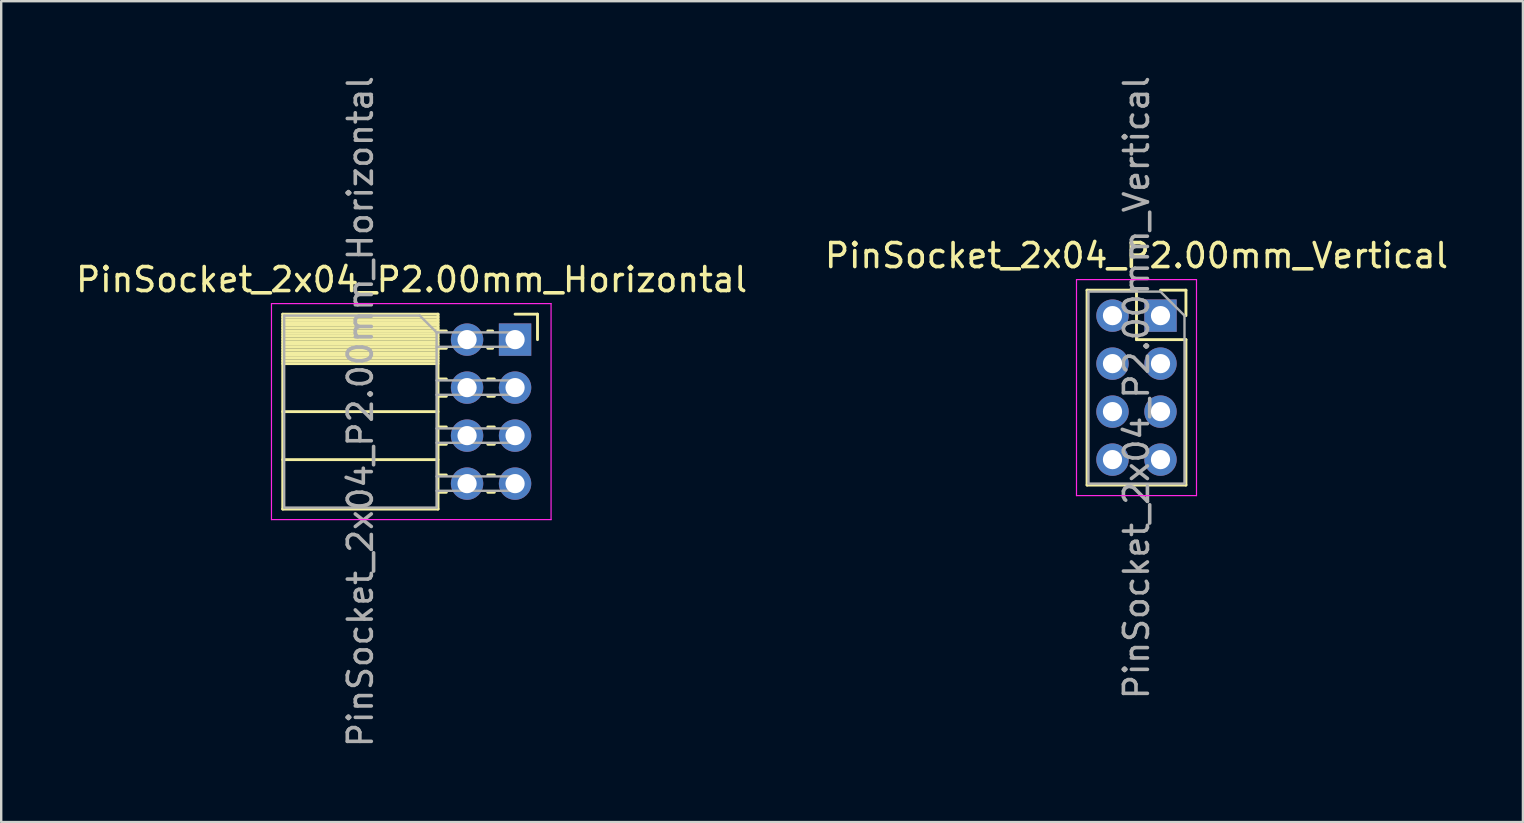
<source format=kicad_pcb>
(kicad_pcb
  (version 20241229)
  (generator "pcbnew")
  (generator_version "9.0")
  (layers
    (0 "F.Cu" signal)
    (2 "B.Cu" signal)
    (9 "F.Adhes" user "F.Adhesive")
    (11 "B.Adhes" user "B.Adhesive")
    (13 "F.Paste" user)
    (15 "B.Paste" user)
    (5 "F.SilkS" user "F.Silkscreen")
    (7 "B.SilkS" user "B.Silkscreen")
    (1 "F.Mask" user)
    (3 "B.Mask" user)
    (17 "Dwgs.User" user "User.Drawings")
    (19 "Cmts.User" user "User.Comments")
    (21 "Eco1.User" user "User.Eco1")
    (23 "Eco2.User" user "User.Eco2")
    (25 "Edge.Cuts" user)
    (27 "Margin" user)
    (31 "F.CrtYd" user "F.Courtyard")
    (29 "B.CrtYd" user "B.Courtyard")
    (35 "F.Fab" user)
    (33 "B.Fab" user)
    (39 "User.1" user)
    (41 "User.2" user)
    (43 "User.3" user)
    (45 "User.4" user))
  (footprint "PinSocket_2x04_P2.00mm_Vertical"
    (layer "F.Cu")
    (at 45.304 10.101)
    (property "Reference" "PinSocket_2x04_P2.00mm_Vertical" (at -1 -2.5 0) (layer "F.SilkS") (effects (font (size 1 1) (thickness 0.15))))
    (attr through_hole)
    (fp_line (start -3.06 -1.06) (end -3.06 7.06) (stroke (width 0.12) (type solid)) (layer "F.SilkS"))
    (fp_line (start -3.06 -1.06) (end -1 -1.06) (stroke (width 0.12) (type solid)) (layer "F.SilkS"))
    (fp_line (start -3.06 7.06) (end 1.06 7.06) (stroke (width 0.12) (type solid)) (layer "F.SilkS"))
    (fp_line (start -1 -1.06) (end -1 1) (stroke (width 0.12) (type solid)) (layer "F.SilkS"))
    (fp_line (start -1 1) (end 1.06 1) (stroke (width 0.12) (type solid)) (layer "F.SilkS"))
    (fp_line (start 0 -1.06) (end 1.06 -1.06) (stroke (width 0.12) (type solid)) (layer "F.SilkS"))
    (fp_line (start 1.06 -1.06) (end 1.06 0) (stroke (width 0.12) (type solid)) (layer "F.SilkS"))
    (fp_line (start 1.06 1) (end 1.06 7.06) (stroke (width 0.12) (type solid)) (layer "F.SilkS"))
    (fp_line (start -3.5 -1.5) (end 1.5 -1.5) (stroke (width 0.05) (type solid)) (layer "F.CrtYd"))
    (fp_line (start -3.5 7.5) (end -3.5 -1.5) (stroke (width 0.05) (type solid)) (layer "F.CrtYd"))
    (fp_line (start 1.5 -1.5) (end 1.5 7.5) (stroke (width 0.05) (type solid)) (layer "F.CrtYd"))
    (fp_line (start 1.5 7.5) (end -3.5 7.5) (stroke (width 0.05) (type solid)) (layer "F.CrtYd"))
    (fp_line (start -3 -1) (end 0 -1) (stroke (width 0.1) (type solid)) (layer "F.Fab"))
    (fp_line (start -3 7) (end -3 -1) (stroke (width 0.1) (type solid)) (layer "F.Fab"))
    (fp_line (start 0 -1) (end 1 0) (stroke (width 0.1) (type solid)) (layer "F.Fab"))
    (fp_line (start 1 0) (end 1 7) (stroke (width 0.1) (type solid)) (layer "F.Fab"))
    (fp_line (start 1 7) (end -3 7) (stroke (width 0.1) (type solid)) (layer "F.Fab"))
    (fp_text user "${REFERENCE}" (at -1 3 90) (layer "F.Fab") (effects (font (size 1 1) (thickness 0.15))))
    (pad "1" thru_hole rect (at 0 0) (size 1.35 1.35) (drill 0.8) (layers "*.Cu" "*.Mask"))
    (pad "2" thru_hole oval (at -2 0) (size 1.35 1.35) (drill 0.8) (layers "*.Cu" "*.Mask"))
    (pad "3" thru_hole oval (at 0 2) (size 1.35 1.35) (drill 0.8) (layers "*.Cu" "*.Mask"))
    (pad "4" thru_hole oval (at -2 2) (size 1.35 1.35) (drill 0.8) (layers "*.Cu" "*.Mask"))
    (pad "5" thru_hole oval (at 0 4) (size 1.35 1.35) (drill 0.8) (layers "*.Cu" "*.Mask"))
    (pad "6" thru_hole oval (at -2 4) (size 1.35 1.35) (drill 0.8) (layers "*.Cu" "*.Mask"))
    (pad "7" thru_hole oval (at 0 6) (size 1.35 1.35) (drill 0.8) (layers "*.Cu" "*.Mask"))
    (pad "8" thru_hole oval (at -2 6) (size 1.35 1.35) (drill 0.8) (layers "*.Cu" "*.Mask")))
  (footprint "PinSocket_2x04_P2.00mm_Horizontal"
    (layer "F.Cu")
    (at 18.411 11.101)
    (property "Reference" "PinSocket_2x04_P2.00mm_Horizontal" (at -4.31 -2.5 0) (layer "F.SilkS") (effects (font (size 1 1) (thickness 0.15))))
    (attr through_hole)
    (fp_line (start -9.68 -1.06) (end -9.68 7.06) (stroke (width 0.12) (type solid)) (layer "F.SilkS"))
    (fp_line (start -9.68 -1.06) (end -3.21 -1.06) (stroke (width 0.12) (type solid)) (layer "F.SilkS"))
    (fp_line (start -9.68 -0.94) (end -3.21 -0.94) (stroke (width 0.12) (type solid)) (layer "F.SilkS"))
    (fp_line (start -9.68 -0.826) (end -3.21 -0.826) (stroke (width 0.12) (type solid)) (layer "F.SilkS"))
    (fp_line (start -9.68 -0.712) (end -3.21 -0.712) (stroke (width 0.12) (type solid)) (layer "F.SilkS"))
    (fp_line (start -9.68 -0.598) (end -3.21 -0.598) (stroke (width 0.12) (type solid)) (layer "F.SilkS"))
    (fp_line (start -9.68 -0.484) (end -3.21 -0.484) (stroke (width 0.12) (type solid)) (layer "F.SilkS"))
    (fp_line (start -9.68 -0.369) (end -3.21 -0.369) (stroke (width 0.12) (type solid)) (layer "F.SilkS"))
    (fp_line (start -9.68 -0.255) (end -3.21 -0.255) (stroke (width 0.12) (type solid)) (layer "F.SilkS"))
    (fp_line (start -9.68 -0.141) (end -3.21 -0.141) (stroke (width 0.12) (type solid)) (layer "F.SilkS"))
    (fp_line (start -9.68 -0.027) (end -3.21 -0.027) (stroke (width 0.12) (type solid)) (layer "F.SilkS"))
    (fp_line (start -9.68 0.087) (end -3.21 0.087) (stroke (width 0.12) (type solid)) (layer "F.SilkS"))
    (fp_line (start -9.68 0.201) (end -3.21 0.201) (stroke (width 0.12) (type solid)) (layer "F.SilkS"))
    (fp_line (start -9.68 0.315) (end -3.21 0.315) (stroke (width 0.12) (type solid)) (layer "F.SilkS"))
    (fp_line (start -9.68 0.429) (end -3.21 0.429) (stroke (width 0.12) (type solid)) (layer "F.SilkS"))
    (fp_line (start -9.68 0.544) (end -3.21 0.544) (stroke (width 0.12) (type solid)) (layer "F.SilkS"))
    (fp_line (start -9.68 0.658) (end -3.21 0.658) (stroke (width 0.12) (type solid)) (layer "F.SilkS"))
    (fp_line (start -9.68 0.772) (end -3.21 0.772) (stroke (width 0.12) (type solid)) (layer "F.SilkS"))
    (fp_line (start -9.68 0.886) (end -3.21 0.886) (stroke (width 0.12) (type solid)) (layer "F.SilkS"))
    (fp_line (start -9.68 1) (end -3.21 1) (stroke (width 0.12) (type solid)) (layer "F.SilkS"))
    (fp_line (start -9.68 3) (end -3.21 3) (stroke (width 0.12) (type solid)) (layer "F.SilkS"))
    (fp_line (start -9.68 5) (end -3.21 5) (stroke (width 0.12) (type solid)) (layer "F.SilkS"))
    (fp_line (start -9.68 7.06) (end -3.21 7.06) (stroke (width 0.12) (type solid)) (layer "F.SilkS"))
    (fp_line (start -3.21 -1.06) (end -3.21 7.06) (stroke (width 0.12) (type solid)) (layer "F.SilkS"))
    (fp_line (start -3.21 -0.36) (end -2.863 -0.36) (stroke (width 0.12) (type solid)) (layer "F.SilkS"))
    (fp_line (start -3.21 0.36) (end -2.863 0.36) (stroke (width 0.12) (type solid)) (layer "F.SilkS"))
    (fp_line (start -3.21 1.64) (end -2.863 1.64) (stroke (width 0.12) (type solid)) (layer "F.SilkS"))
    (fp_line (start -3.21 2.36) (end -2.863 2.36) (stroke (width 0.12) (type solid)) (layer "F.SilkS"))
    (fp_line (start -3.21 3.64) (end -2.863 3.64) (stroke (width 0.12) (type solid)) (layer "F.SilkS"))
    (fp_line (start -3.21 4.36) (end -2.863 4.36) (stroke (width 0.12) (type solid)) (layer "F.SilkS"))
    (fp_line (start -3.21 5.64) (end -2.863 5.64) (stroke (width 0.12) (type solid)) (layer "F.SilkS"))
    (fp_line (start -3.21 6.36) (end -2.863 6.36) (stroke (width 0.12) (type solid)) (layer "F.SilkS"))
    (fp_line (start -1.137 -0.36) (end -0.935 -0.36) (stroke (width 0.12) (type solid)) (layer "F.SilkS"))
    (fp_line (start -1.137 0.36) (end -0.935 0.36) (stroke (width 0.12) (type solid)) (layer "F.SilkS"))
    (fp_line (start -1.137 1.64) (end -0.863 1.64) (stroke (width 0.12) (type solid)) (layer "F.SilkS"))
    (fp_line (start -1.137 2.36) (end -0.863 2.36) (stroke (width 0.12) (type solid)) (layer "F.SilkS"))
    (fp_line (start -1.137 3.64) (end -0.863 3.64) (stroke (width 0.12) (type solid)) (layer "F.SilkS"))
    (fp_line (start -1.137 4.36) (end -0.863 4.36) (stroke (width 0.12) (type solid)) (layer "F.SilkS"))
    (fp_line (start -1.137 5.64) (end -0.863 5.64) (stroke (width 0.12) (type solid)) (layer "F.SilkS"))
    (fp_line (start -1.137 6.36) (end -0.863 6.36) (stroke (width 0.12) (type solid)) (layer "F.SilkS"))
    (fp_line (start 0 -1.06) (end 0.935 -1.06) (stroke (width 0.12) (type solid)) (layer "F.SilkS"))
    (fp_line (start 0.935 -1.06) (end 0.935 0) (stroke (width 0.12) (type solid)) (layer "F.SilkS"))
    (fp_line (start -10.15 -1.5) (end -10.15 7.5) (stroke (width 0.05) (type solid)) (layer "F.CrtYd"))
    (fp_line (start -10.15 7.5) (end 1.5 7.5) (stroke (width 0.05) (type solid)) (layer "F.CrtYd"))
    (fp_line (start 1.5 -1.5) (end -10.15 -1.5) (stroke (width 0.05) (type solid)) (layer "F.CrtYd"))
    (fp_line (start 1.5 7.5) (end 1.5 -1.5) (stroke (width 0.05) (type solid)) (layer "F.CrtYd"))
    (fp_line (start -9.62 -1) (end -3.97 -1) (stroke (width 0.1) (type solid)) (layer "F.Fab"))
    (fp_line (start -9.62 7) (end -9.62 -1) (stroke (width 0.1) (type solid)) (layer "F.Fab"))
    (fp_line (start -3.97 -1) (end -3.27 -0.3) (stroke (width 0.1) (type solid)) (layer "F.Fab"))
    (fp_line (start -3.27 -0.3) (end -3.27 7) (stroke (width 0.1) (type solid)) (layer "F.Fab"))
    (fp_line (start -3.27 0.3) (end 0 0.3) (stroke (width 0.1) (type solid)) (layer "F.Fab"))
    (fp_line (start -3.27 2.3) (end 0 2.3) (stroke (width 0.1) (type solid)) (layer "F.Fab"))
    (fp_line (start -3.27 4.3) (end 0 4.3) (stroke (width 0.1) (type solid)) (layer "F.Fab"))
    (fp_line (start -3.27 6.3) (end 0 6.3) (stroke (width 0.1) (type solid)) (layer "F.Fab"))
    (fp_line (start -3.27 7) (end -9.62 7) (stroke (width 0.1) (type solid)) (layer "F.Fab"))
    (fp_line (start 0 -0.3) (end -3.27 -0.3) (stroke (width 0.1) (type solid)) (layer "F.Fab"))
    (fp_line (start 0 0.3) (end 0 -0.3) (stroke (width 0.1) (type solid)) (layer "F.Fab"))
    (fp_line (start 0 1.7) (end -3.27 1.7) (stroke (width 0.1) (type solid)) (layer "F.Fab"))
    (fp_line (start 0 2.3) (end 0 1.7) (stroke (width 0.1) (type solid)) (layer "F.Fab"))
    (fp_line (start 0 3.7) (end -3.27 3.7) (stroke (width 0.1) (type solid)) (layer "F.Fab"))
    (fp_line (start 0 4.3) (end 0 3.7) (stroke (width 0.1) (type solid)) (layer "F.Fab"))
    (fp_line (start 0 5.7) (end -3.27 5.7) (stroke (width 0.1) (type solid)) (layer "F.Fab"))
    (fp_line (start 0 6.3) (end 0 5.7) (stroke (width 0.1) (type solid)) (layer "F.Fab"))
    (fp_text user "${REFERENCE}" (at -6.445 3 90) (layer "F.Fab") (effects (font (size 1 1) (thickness 0.15))))
    (pad "1" thru_hole rect (at 0 0) (size 1.35 1.35) (drill 0.8) (layers "*.Cu" "*.Mask"))
    (pad "2" thru_hole oval (at -2 0) (size 1.35 1.35) (drill 0.8) (layers "*.Cu" "*.Mask"))
    (pad "3" thru_hole oval (at 0 2) (size 1.35 1.35) (drill 0.8) (layers "*.Cu" "*.Mask"))
    (pad "4" thru_hole oval (at -2 2) (size 1.35 1.35) (drill 0.8) (layers "*.Cu" "*.Mask"))
    (pad "5" thru_hole oval (at 0 4) (size 1.35 1.35) (drill 0.8) (layers "*.Cu" "*.Mask"))
    (pad "6" thru_hole oval (at -2 4) (size 1.35 1.35) (drill 0.8) (layers "*.Cu" "*.Mask"))
    (pad "7" thru_hole oval (at 0 6) (size 1.35 1.35) (drill 0.8) (layers "*.Cu" "*.Mask"))
    (pad "8" thru_hole oval (at -2 6) (size 1.35 1.35) (drill 0.8) (layers "*.Cu" "*.Mask")))
  (gr_rect
    (start -3 -3)
    (end 60.405 31.202)
    (stroke (width 0.1) (type default))
    (fill no)
    (layer "Edge.Cuts")))
</source>
